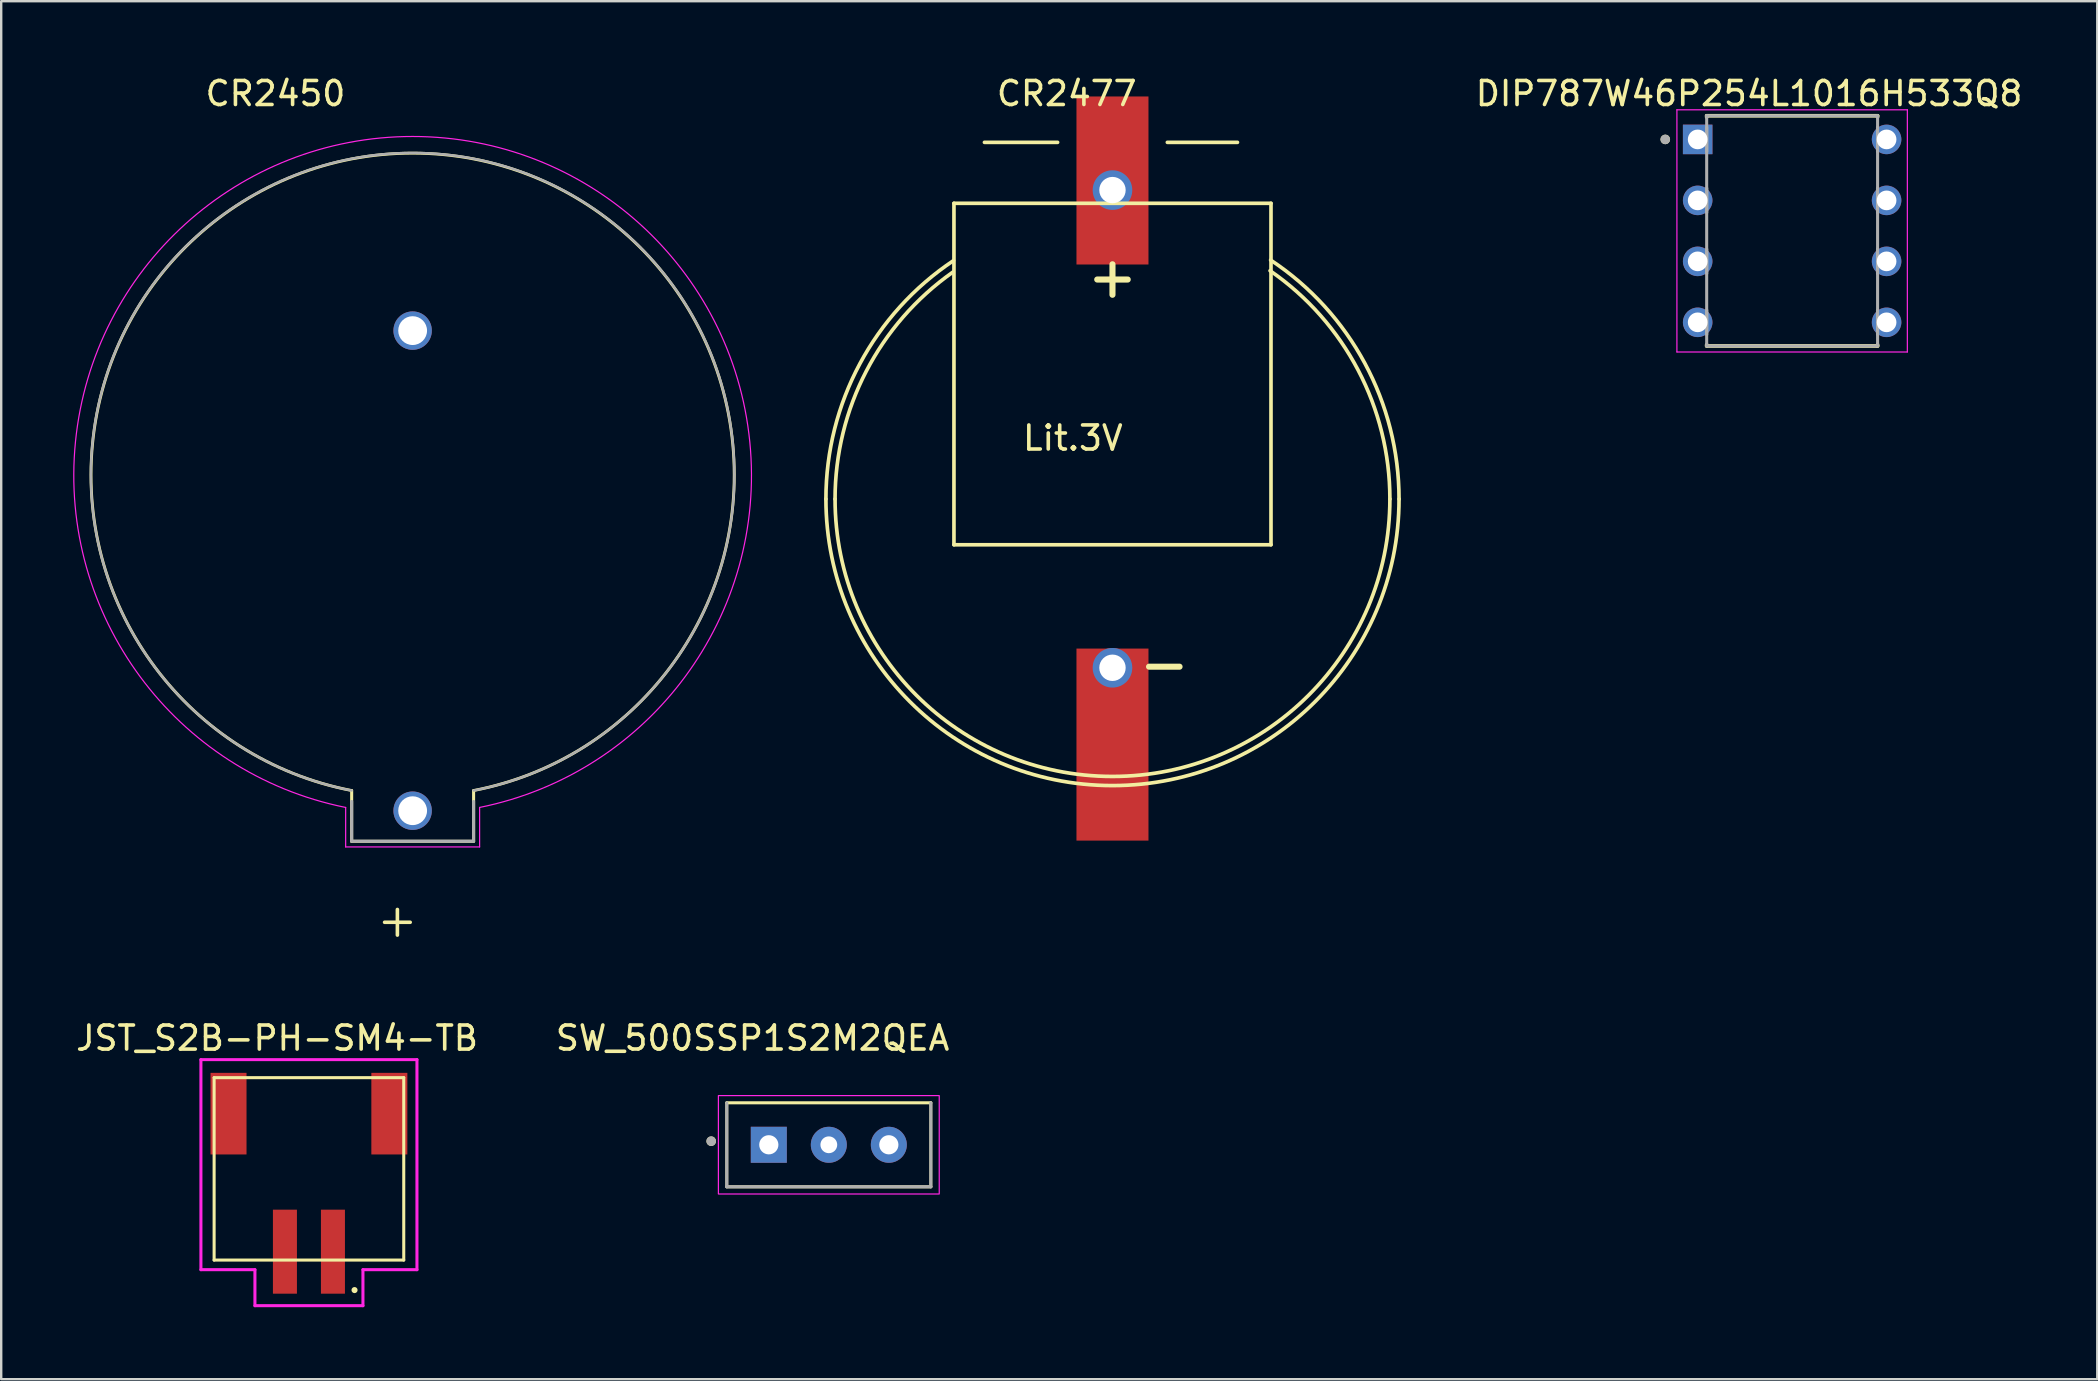
<source format=kicad_pcb>
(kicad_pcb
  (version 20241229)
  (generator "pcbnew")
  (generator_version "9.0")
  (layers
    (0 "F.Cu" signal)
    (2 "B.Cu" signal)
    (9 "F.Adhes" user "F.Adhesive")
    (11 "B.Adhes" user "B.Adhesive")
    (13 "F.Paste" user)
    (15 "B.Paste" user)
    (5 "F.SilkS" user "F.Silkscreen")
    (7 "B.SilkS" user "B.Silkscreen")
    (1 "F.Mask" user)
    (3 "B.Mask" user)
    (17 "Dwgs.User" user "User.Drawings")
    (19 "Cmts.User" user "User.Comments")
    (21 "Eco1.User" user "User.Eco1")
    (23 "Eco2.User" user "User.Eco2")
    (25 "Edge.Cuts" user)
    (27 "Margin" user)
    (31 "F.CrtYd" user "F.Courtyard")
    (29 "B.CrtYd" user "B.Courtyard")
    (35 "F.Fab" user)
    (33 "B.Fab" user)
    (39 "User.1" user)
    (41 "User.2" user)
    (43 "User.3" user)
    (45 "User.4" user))
  (footprint "SW_500SSP1S2M2QEA"
    (layer "F.Cu")
    (at 31.478 44.641)
    (property "Reference" "SW_500SSP1S2M2QEA" (at -3.175 -4.445 0) (layer "F.SilkS") (effects (font (size 1 1) (thickness 0.15))))
    (attr through_hole)
    (fp_line (start -4.25 -1.75) (end -4.25 1.75) (stroke (width 0.12) (type solid)) (layer "F.SilkS"))
    (fp_line (start -4.25 -1.75) (end 4.25 -1.75) (stroke (width 0.127) (type solid)) (layer "F.SilkS"))
    (fp_line (start 4.25 1.75) (end -4.25 1.75) (stroke (width 0.127) (type solid)) (layer "F.SilkS"))
    (fp_line (start 4.25 1.75) (end 4.25 -1.75) (stroke (width 0.12) (type solid)) (layer "F.SilkS"))
    (fp_circle (center -4.9 -0.15) (end -4.8 -0.15) (stroke (width 0.2) (type solid)) (fill no) (layer "F.SilkS"))
    (fp_rect (start -4.6 -2.05) (end 4.6 2.05) (stroke (width 0.05) (type solid)) (fill no) (layer "F.CrtYd"))
    (fp_line (start -4.25 1.75) (end -4.25 -1.75) (stroke (width 0.127) (type solid)) (layer "F.Fab"))
    (fp_line (start 4.25 -1.75) (end 4.25 1.75) (stroke (width 0.127) (type solid)) (layer "F.Fab"))
    (fp_line (start 4.25 1.75) (end -4.25 1.75) (stroke (width 0.127) (type solid)) (layer "F.Fab"))
    (fp_circle (center -4.9 -0.15) (end -4.8 -0.15) (stroke (width 0.2) (type solid)) (fill no) (layer "F.Fab"))
    (pad "1" thru_hole rect (at -2.5 0) (size 1.5 1.5) (drill 0.8) (layers "*.Cu" "*.Mask"))
    (pad "2" thru_hole circle (at 0 0) (size 1.5 1.5) (drill 0.7) (layers "*.Cu" "*.Mask"))
    (pad "3" thru_hole circle (at 2.5 0) (size 1.5 1.5) (drill 0.8) (layers "*.Cu" "*.Mask")))
  (footprint "DIP787W46P254L1016H533Q8"
    (layer "F.Cu")
    (at 71.609 6.568)
    (property "Reference" "DIP787W46P254L1016H533Q8" (at -1.794 -5.72 0) (layer "F.SilkS") (effects (font (size 1 1) (thickness 0.15))))
    (attr through_hole)
    (fp_line (start -3.56 -4.795) (end -3.56 -4.74) (stroke (width 0.152) (type solid)) (layer "F.SilkS"))
    (fp_line (start -3.56 4.74) (end -3.56 4.795) (stroke (width 0.152) (type solid)) (layer "F.SilkS"))
    (fp_line (start -3.56 4.795) (end 3.56 4.795) (stroke (width 0.152) (type solid)) (layer "F.SilkS"))
    (fp_line (start 3.56 -4.795) (end -3.56 -4.795) (stroke (width 0.152) (type solid)) (layer "F.SilkS"))
    (fp_line (start 3.56 -4.74) (end 3.56 -4.795) (stroke (width 0.152) (type solid)) (layer "F.SilkS"))
    (fp_line (start 3.56 4.795) (end 3.56 4.74) (stroke (width 0.152) (type solid)) (layer "F.SilkS"))
    (fp_circle (center -5.285 -3.81) (end -5.185 -3.81) (stroke (width 0.2) (type solid)) (fill no) (layer "F.SilkS"))
    (fp_line (start -4.8 -5.045) (end 4.8 -5.045) (stroke (width 0.05) (type solid)) (layer "F.CrtYd"))
    (fp_line (start -4.8 5.045) (end -4.8 -5.045) (stroke (width 0.05) (type solid)) (layer "F.CrtYd"))
    (fp_line (start 4.8 -5.045) (end 4.8 5.045) (stroke (width 0.05) (type solid)) (layer "F.CrtYd"))
    (fp_line (start 4.8 5.045) (end -4.8 5.045) (stroke (width 0.05) (type solid)) (layer "F.CrtYd"))
    (fp_line (start -3.56 -4.795) (end -3.56 4.795) (stroke (width 0.127) (type solid)) (layer "F.Fab"))
    (fp_line (start -3.56 4.795) (end 3.56 4.795) (stroke (width 0.127) (type solid)) (layer "F.Fab"))
    (fp_line (start -3.556 -3.302) (end -3.556 -4.318) (stroke (width 0.127) (type solid)) (layer "F.Fab"))
    (fp_line (start -3.556 -0.762) (end -3.556 -1.778) (stroke (width 0.127) (type solid)) (layer "F.Fab"))
    (fp_line (start -3.556 1.778) (end -3.556 0.762) (stroke (width 0.127) (type solid)) (layer "F.Fab"))
    (fp_line (start -3.556 4.318) (end -3.556 3.302) (stroke (width 0.127) (type solid)) (layer "F.Fab"))
    (fp_line (start 3.556 -4.318) (end 3.556 -3.302) (stroke (width 0.127) (type solid)) (layer "F.Fab"))
    (fp_line (start 3.556 -1.778) (end 3.556 -0.762) (stroke (width 0.127) (type solid)) (layer "F.Fab"))
    (fp_line (start 3.556 0.762) (end 3.556 1.778) (stroke (width 0.127) (type solid)) (layer "F.Fab"))
    (fp_line (start 3.556 3.302) (end 3.556 4.318) (stroke (width 0.127) (type solid)) (layer "F.Fab"))
    (fp_line (start 3.56 -4.795) (end -3.56 -4.795) (stroke (width 0.127) (type solid)) (layer "F.Fab"))
    (fp_line (start 3.56 4.795) (end 3.56 -4.795) (stroke (width 0.127) (type solid)) (layer "F.Fab"))
    (fp_circle (center -5.285 -3.81) (end -5.185 -3.81) (stroke (width 0.2) (type solid)) (fill no) (layer "F.Fab"))
    (pad "1" thru_hole rect (at -3.935 -3.81) (size 1.23 1.23) (drill 0.82) (layers "*.Cu" "*.Mask"))
    (pad "2" thru_hole circle (at -3.935 -1.27) (size 1.23 1.23) (drill 0.82) (layers "*.Cu" "*.Mask"))
    (pad "3" thru_hole circle (at -3.935 1.27) (size 1.23 1.23) (drill 0.82) (layers "*.Cu" "*.Mask"))
    (pad "4" thru_hole circle (at -3.935 3.81) (size 1.23 1.23) (drill 0.82) (layers "*.Cu" "*.Mask"))
    (pad "5" thru_hole circle (at 3.935 3.81) (size 1.23 1.23) (drill 0.82) (layers "*.Cu" "*.Mask"))
    (pad "6" thru_hole circle (at 3.935 1.27) (size 1.23 1.23) (drill 0.82) (layers "*.Cu" "*.Mask"))
    (pad "7" thru_hole circle (at 3.935 -1.27) (size 1.23 1.23) (drill 0.82) (layers "*.Cu" "*.Mask"))
    (pad "8" thru_hole circle (at 3.935 -3.81) (size 1.23 1.23) (drill 0.82) (layers "*.Cu" "*.Mask")))
  (footprint "CR2450"
    (layer "F.Cu")
    (at 14.14 16.723)
    (property "Reference" "CR2450" (at -5.715 -15.875 0) (layer "F.SilkS") (effects (font (size 1 1) (thickness 0.15))))
    (attr through_hole)
    (fp_line (start -2.54 15.275) (end -2.54 13.16) (stroke (width 0.127) (type solid)) (layer "F.SilkS"))
    (fp_line (start -2.54 15.275) (end 2.54 15.275) (stroke (width 0.127) (type solid)) (layer "F.SilkS"))
    (fp_line (start 2.54 15.275) (end 2.54 13.16) (stroke (width 0.127) (type solid)) (layer "F.SilkS"))
    (fp_arc (start -2.54 13.16) (mid 0 -13.392911) (end 2.54 13.16) (stroke (width 0.12) (type solid)) (layer "F.SilkS"))
    (fp_line (start -2.79 15.51) (end -2.79 13.865) (stroke (width 0.05) (type solid)) (layer "F.CrtYd"))
    (fp_line (start -2.79 15.51) (end 2.79 15.51) (stroke (width 0.05) (type solid)) (layer "F.CrtYd"))
    (fp_line (start 2.79 15.51) (end 2.79 13.865) (stroke (width 0.05) (type solid)) (layer "F.CrtYd"))
    (fp_arc (start -2.79 13.865) (mid 0 -14.087195) (end 2.79 13.865) (stroke (width 0.05) (type solid)) (layer "F.CrtYd"))
    (fp_line (start -2.54 15.27) (end -2.54 13.615) (stroke (width 0.127) (type solid)) (layer "F.Fab"))
    (fp_line (start -2.54 15.27) (end 2.54 15.27) (stroke (width 0.127) (type solid)) (layer "F.Fab"))
    (fp_line (start 2.54 15.27) (end 2.54 13.615) (stroke (width 0.127) (type solid)) (layer "F.Fab"))
    (fp_arc (start -2.54 13.16) (mid 0 -13.40288) (end 2.54 13.16) (stroke (width 0.1) (type solid)) (layer "F.Fab"))
    (fp_text user "+" (at -0.635 18.542 0) (layer "F.SilkS") (effects (font (size 1.4 1.4) (thickness 0.15))))
    (pad "N" thru_hole circle (at 0 -6) (size 1.6 1.6) (drill 1.2) (layers "*.Cu" "*.Mask"))
    (pad "P" thru_hole circle (at 0 14) (size 1.6 1.6) (drill 1.2) (layers "*.Cu" "*.Mask")))
  (footprint "JST_S2B-PH-SM4-TB"
    (layer "F.Cu")
    (at 9.82 49.094)
    (property "Reference" "JST_S2B-PH-SM4-TB" (at -1.327 -8.897 0) (layer "F.SilkS") (effects (font (size 1.001 1.001) (thickness 0.15))))
    (attr smd)
    (fp_line (start -3.95 -7.25) (end -3.95 0.35) (stroke (width 0.127) (type solid)) (layer "F.SilkS"))
    (fp_line (start -3.95 0.35) (end 3.95 0.35) (stroke (width 0.127) (type solid)) (layer "F.SilkS"))
    (fp_line (start 3.95 -7.25) (end -3.95 -7.25) (stroke (width 0.127) (type solid)) (layer "F.SilkS"))
    (fp_line (start 3.95 0.35) (end 3.95 -7.25) (stroke (width 0.127) (type solid)) (layer "F.SilkS"))
    (fp_circle (center 1.9 1.6) (end 2.027 1.6) (stroke (width 0) (type solid)) (fill yes) (layer "F.SilkS"))
    (fp_line (start -4.5 -8) (end 4.5 -8) (stroke (width 0.127) (type solid)) (layer "F.CrtYd"))
    (fp_line (start -4.5 0.75) (end -4.5 -8) (stroke (width 0.127) (type solid)) (layer "F.CrtYd"))
    (fp_line (start -2.25 0.75) (end -4.5 0.75) (stroke (width 0.127) (type solid)) (layer "F.CrtYd"))
    (fp_line (start -2.25 2.25) (end -2.25 0.75) (stroke (width 0.127) (type solid)) (layer "F.CrtYd"))
    (fp_line (start 2.25 0.75) (end 2.25 2.25) (stroke (width 0.127) (type solid)) (layer "F.CrtYd"))
    (fp_line (start 2.25 2.25) (end -2.25 2.25) (stroke (width 0.127) (type solid)) (layer "F.CrtYd"))
    (fp_line (start 4.5 -8) (end 4.5 0.75) (stroke (width 0.127) (type solid)) (layer "F.CrtYd"))
    (fp_line (start 4.5 0.75) (end 2.25 0.75) (stroke (width 0.127) (type solid)) (layer "F.CrtYd"))
    (pad "1" smd rect (at 1 0) (size 1 3.5) (layers "F.Cu" "F.Mask" "F.Paste"))
    (pad "2" smd rect (at -1 0) (size 1 3.5) (layers "F.Cu" "F.Mask" "F.Paste"))
    (pad "P1" smd rect (at 3.35 -5.75) (size 1.5 3.4) (layers "F.Cu" "F.Mask" "F.Paste"))
    (pad "P2" smd rect (at -3.35 -5.75) (size 1.5 3.4) (layers "F.Cu" "F.Mask" "F.Paste")))
  (footprint "CR2477"
    (layer "F.Cu")
    (at 43.295 16.469)
    (property "Reference" "CR2477" (at -1.905 -15.621 0) (layer "F.SilkS") (effects (font (size 1 1) (thickness 0.15))))
    (attr smd)
    (fp_line (start -6.604 -11.049) (end -6.604 3.175) (stroke (width 0.152) (type solid)) (layer "F.SilkS"))
    (fp_line (start -6.604 3.175) (end 6.604 3.175) (stroke (width 0.152) (type solid)) (layer "F.SilkS"))
    (fp_line (start -2.286 -13.589) (end -5.334 -13.589) (stroke (width 0.152) (type solid)) (layer "F.SilkS"))
    (fp_line (start -0.635 -7.874) (end 0.635 -7.874) (stroke (width 0.254) (type solid)) (layer "F.SilkS"))
    (fp_line (start 0 -8.509) (end 0 -7.239) (stroke (width 0.254) (type solid)) (layer "F.SilkS"))
    (fp_line (start 1.524 8.255) (end 2.794 8.255) (stroke (width 0.254) (type solid)) (layer "F.SilkS"))
    (fp_line (start 5.207 -13.589) (end 2.286 -13.589) (stroke (width 0.152) (type solid)) (layer "F.SilkS"))
    (fp_line (start 6.604 -11.049) (end -6.604 -11.049) (stroke (width 0.152) (type solid)) (layer "F.SilkS"))
    (fp_line (start 6.604 3.175) (end 6.604 -11.049) (stroke (width 0.152) (type solid)) (layer "F.SilkS"))
    (fp_arc (start -11.938 1.27) (mid -10.525423 -4.363033) (end -6.622 -8.663) (stroke (width 0.1524) (type solid)) (layer "F.SilkS"))
    (fp_arc (start -11.557 1.27) (mid -10.258374 -4.052645) (end -6.6543 -8.1791) (stroke (width 0.1524) (type solid)) (layer "F.SilkS"))
    (fp_arc (start 6.5644 -8.241699) (mid 10.233049 -4.10119) (end 11.5571 1.27) (stroke (width 0.1524) (type solid)) (layer "F.SilkS"))
    (fp_arc (start 6.588201 -8.6855) (mid 10.515847 -4.38094) (end 11.938 1.27) (stroke (width 0.1524) (type solid)) (layer "F.SilkS"))
    (fp_arc (start 11.557 1.27) (mid 0 12.827) (end -11.557 1.27) (stroke (width 0.1524) (type solid)) (layer "F.SilkS"))
    (fp_arc (start 11.938 1.27) (mid 0 13.208) (end -11.938 1.27) (stroke (width 0.1524) (type solid)) (layer "F.SilkS"))
    (fp_text user "Lit.3V" (at -1.651 -1.27 0) (layer "F.SilkS") (effects (font (size 1 1) (thickness 0.15))))
    (pad "A+" thru_hole circle (at 0 -11.6) (size 1.65 1.65) (drill 1.1) (layers "*.Cu" "*.Mask"))
    (pad "A-" thru_hole circle (at 0 8.3) (size 1.65 1.65) (drill 1.1) (layers "*.Cu" "*.Mask"))
    (pad "P+" smd rect (at 0 -12) (size 3 7) (layers "F.Cu" "F.Mask" "F.Paste"))
    (pad "P-" smd rect (at 0 11.5) (size 3 8) (layers "F.Cu" "F.Mask" "F.Paste")))
  (gr_rect
    (start -3 -3)
    (end 84.321 54.407)
    (stroke (width 0.1) (type default))
    (fill no)
    (layer "Edge.Cuts")))
</source>
